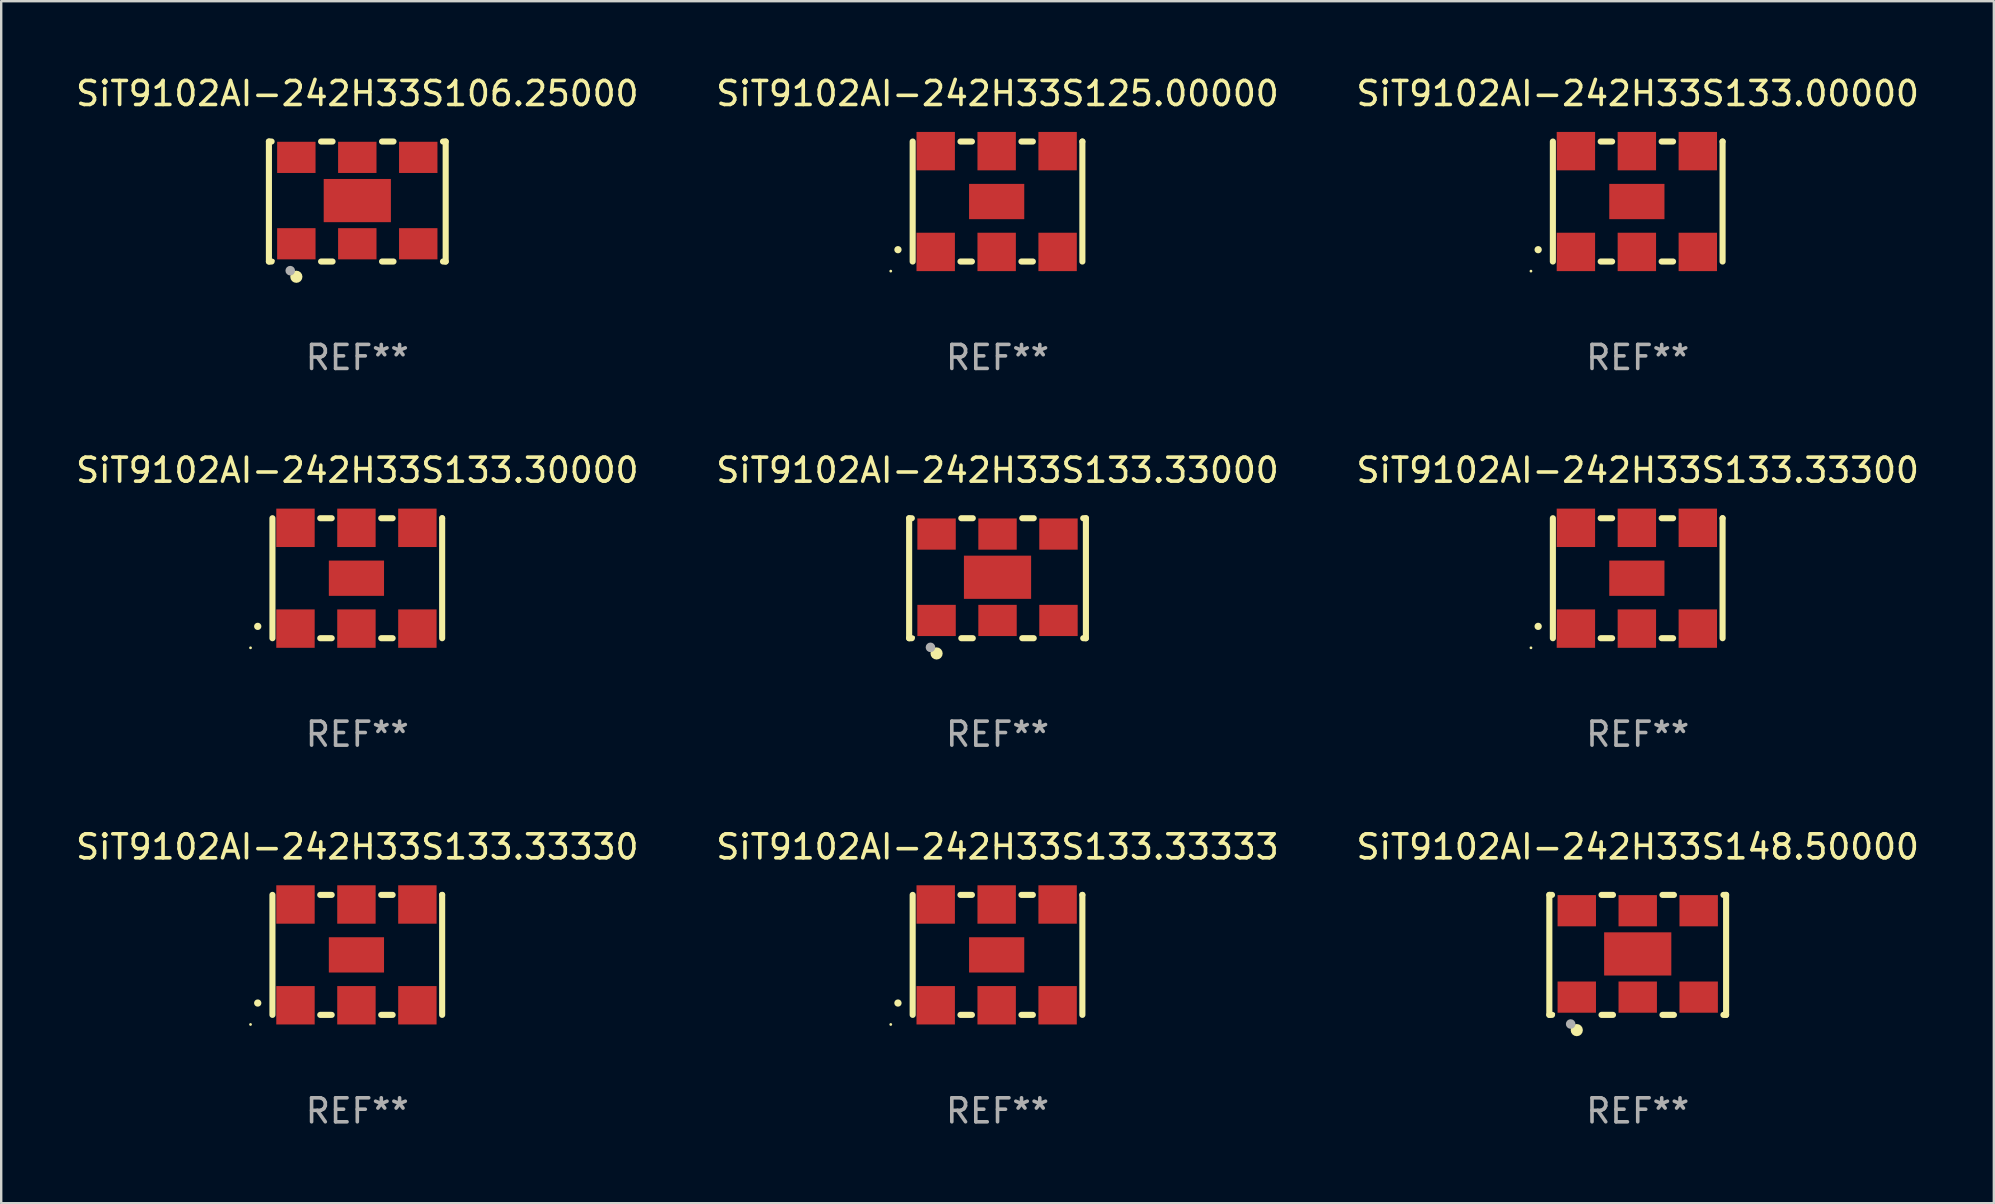
<source format=kicad_pcb>
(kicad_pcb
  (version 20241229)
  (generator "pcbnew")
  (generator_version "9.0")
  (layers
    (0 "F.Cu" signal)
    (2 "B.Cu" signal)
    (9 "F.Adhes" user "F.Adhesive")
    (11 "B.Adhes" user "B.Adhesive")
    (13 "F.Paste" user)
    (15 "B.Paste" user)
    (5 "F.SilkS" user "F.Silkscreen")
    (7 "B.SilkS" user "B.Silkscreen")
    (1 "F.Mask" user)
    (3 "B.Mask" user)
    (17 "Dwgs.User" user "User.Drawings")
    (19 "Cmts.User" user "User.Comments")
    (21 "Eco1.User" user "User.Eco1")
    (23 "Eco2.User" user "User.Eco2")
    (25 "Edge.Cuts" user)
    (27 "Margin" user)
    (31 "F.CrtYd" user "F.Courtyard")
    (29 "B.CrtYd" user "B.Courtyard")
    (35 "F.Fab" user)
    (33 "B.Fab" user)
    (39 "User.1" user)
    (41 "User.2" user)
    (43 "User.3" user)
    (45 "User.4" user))
  (footprint "SiT9102AI-242H33S133.33333"
    (layer "F.Cu")
    (at 38.518 36.741)
    (property "Reference" "SiT9102AI-242H33S133.33333" (at 0 -4.5 0) (layer "F.SilkS") (effects (font (size 1 1) (thickness 0.15))))
    (attr through_hole)
    (fp_line (start -3.536 -2.5) (end -3.536 2.5) (stroke (width 0.254) (type solid)) (layer "F.SilkS"))
    (fp_line (start -1.544 2.5) (end -1.067 2.5) (stroke (width 0.254) (type solid)) (layer "F.SilkS"))
    (fp_line (start -1.067 -2.5) (end -1.544 -2.5) (stroke (width 0.254) (type solid)) (layer "F.SilkS"))
    (fp_line (start 0.996 2.5) (end 1.473 2.5) (stroke (width 0.254) (type solid)) (layer "F.SilkS"))
    (fp_line (start 1.473 -2.5) (end 0.996 -2.5) (stroke (width 0.254) (type solid)) (layer "F.SilkS"))
    (fp_line (start 3.536 -2.5) (end 3.536 -2.5) (stroke (width 0.254) (type solid)) (layer "F.SilkS"))
    (fp_line (start 3.536 2.5) (end 3.536 -2.5) (stroke (width 0.254) (type solid)) (layer "F.SilkS"))
    (fp_arc (start -4.150432 2.006604) (mid -4.149162 2.006599) (end -4.147892 2.006604) (stroke (width 0.3) (type solid)) (layer "F.SilkS"))
    (fp_circle (center -4.449 2.9) (end -4.419 2.9) (stroke (width 0.06) (type solid)) (fill no) (layer "F.SilkS"))
    (fp_text user "REF**" (at 0 6.5 0) (layer "F.Fab") (effects (font (size 1 1) (thickness 0.15))))
    (pad "1" smd rect (at -2.576 2.1) (size 1.6 1.6) (layers "F.Cu" "F.Mask" "F.Paste"))
    (pad "2" smd rect (at -0.036 2.1) (size 1.6 1.6) (layers "F.Cu" "F.Mask" "F.Paste"))
    (pad "3" smd rect (at 2.504 2.1) (size 1.6 1.6) (layers "F.Cu" "F.Mask" "F.Paste"))
    (pad "4" smd rect (at 2.504 -2.1) (size 1.6 1.6) (layers "F.Cu" "F.Mask" "F.Paste"))
    (pad "5" smd rect (at -0.036 -2.1) (size 1.6 1.6) (layers "F.Cu" "F.Mask" "F.Paste"))
    (pad "6" smd rect (at -2.576 -2.1) (size 1.6 1.6) (layers "F.Cu" "F.Mask" "F.Paste"))
    (pad "7" smd rect (at -0.036 0) (size 2.3 1.47) (layers "F.Cu" "F.Mask" "F.Paste")))
  (footprint "SiT9102AI-242H33S133.33330"
    (layer "F.Cu")
    (at 11.839 36.741)
    (property "Reference" "SiT9102AI-242H33S133.33330" (at 0 -4.5 0) (layer "F.SilkS") (effects (font (size 1 1) (thickness 0.15))))
    (attr through_hole)
    (fp_line (start -3.536 -2.5) (end -3.536 2.5) (stroke (width 0.254) (type solid)) (layer "F.SilkS"))
    (fp_line (start -1.544 2.5) (end -1.067 2.5) (stroke (width 0.254) (type solid)) (layer "F.SilkS"))
    (fp_line (start -1.067 -2.5) (end -1.544 -2.5) (stroke (width 0.254) (type solid)) (layer "F.SilkS"))
    (fp_line (start 0.996 2.5) (end 1.473 2.5) (stroke (width 0.254) (type solid)) (layer "F.SilkS"))
    (fp_line (start 1.473 -2.5) (end 0.996 -2.5) (stroke (width 0.254) (type solid)) (layer "F.SilkS"))
    (fp_line (start 3.536 -2.5) (end 3.536 -2.5) (stroke (width 0.254) (type solid)) (layer "F.SilkS"))
    (fp_line (start 3.536 2.5) (end 3.536 -2.5) (stroke (width 0.254) (type solid)) (layer "F.SilkS"))
    (fp_arc (start -4.150432 2.006604) (mid -4.149162 2.006599) (end -4.147892 2.006604) (stroke (width 0.3) (type solid)) (layer "F.SilkS"))
    (fp_circle (center -4.449 2.9) (end -4.419 2.9) (stroke (width 0.06) (type solid)) (fill no) (layer "F.SilkS"))
    (fp_text user "REF**" (at 0 6.5 0) (layer "F.Fab") (effects (font (size 1 1) (thickness 0.15))))
    (pad "1" smd rect (at -2.576 2.1) (size 1.6 1.6) (layers "F.Cu" "F.Mask" "F.Paste"))
    (pad "2" smd rect (at -0.036 2.1) (size 1.6 1.6) (layers "F.Cu" "F.Mask" "F.Paste"))
    (pad "3" smd rect (at 2.504 2.1) (size 1.6 1.6) (layers "F.Cu" "F.Mask" "F.Paste"))
    (pad "4" smd rect (at 2.504 -2.1) (size 1.6 1.6) (layers "F.Cu" "F.Mask" "F.Paste"))
    (pad "5" smd rect (at -0.036 -2.1) (size 1.6 1.6) (layers "F.Cu" "F.Mask" "F.Paste"))
    (pad "6" smd rect (at -2.576 -2.1) (size 1.6 1.6) (layers "F.Cu" "F.Mask" "F.Paste"))
    (pad "7" smd rect (at -0.036 0) (size 2.3 1.47) (layers "F.Cu" "F.Mask" "F.Paste")))
  (footprint "SiT9102AI-242H33S148.50000"
    (layer "F.Cu")
    (at 65.196 36.741)
    (property "Reference" "SiT9102AI-242H33S148.50000" (at 0 -4.5 0) (layer "F.SilkS") (effects (font (size 1 1) (thickness 0.15))))
    (attr through_hole)
    (fp_line (start -3.683 -2.5) (end -3.571 -2.5) (stroke (width 0.254) (type solid)) (layer "F.SilkS"))
    (fp_line (start -3.683 2.5) (end -3.683 -2.5) (stroke (width 0.254) (type solid)) (layer "F.SilkS"))
    (fp_line (start -3.683 2.5) (end -3.571 2.5) (stroke (width 0.254) (type solid)) (layer "F.SilkS"))
    (fp_line (start -1.509 -2.5) (end -1.031 -2.5) (stroke (width 0.254) (type solid)) (layer "F.SilkS"))
    (fp_line (start -1.509 2.5) (end -1.031 2.5) (stroke (width 0.254) (type solid)) (layer "F.SilkS"))
    (fp_line (start 1.031 -2.5) (end 1.509 -2.5) (stroke (width 0.254) (type solid)) (layer "F.SilkS"))
    (fp_line (start 1.031 2.5) (end 1.509 2.5) (stroke (width 0.254) (type solid)) (layer "F.SilkS"))
    (fp_line (start 3.571 -2.5) (end 3.683 -2.5) (stroke (width 0.254) (type solid)) (layer "F.SilkS"))
    (fp_line (start 3.571 2.5) (end 3.683 2.5) (stroke (width 0.254) (type solid)) (layer "F.SilkS"))
    (fp_line (start 3.683 2.5) (end 3.683 -2.5) (stroke (width 0.254) (type solid)) (layer "F.SilkS"))
    (fp_circle (center -3.5 2.46) (end -3.47 2.46) (stroke (width 0.06) (type solid)) (fill no) (layer "F.SilkS"))
    (fp_circle (center -2.54 3.135) (end -2.413 3.135) (stroke (width 0.254) (type solid)) (fill no) (layer "F.SilkS"))
    (fp_circle (center -2.794 2.881) (end -2.694 2.881) (stroke (width 0.2) (type solid)) (fill no) (layer "F.Fab"))
    (fp_text user "REF**" (at 0 6.5 0) (layer "F.Fab") (effects (font (size 1 1) (thickness 0.15))))
    (pad "1" smd rect (at -2.54 1.76) (size 1.6 1.3) (layers "F.Cu" "F.Mask" "F.Paste"))
    (pad "2" smd rect (at 0 1.76) (size 1.6 1.3) (layers "F.Cu" "F.Mask" "F.Paste"))
    (pad "3" smd rect (at 2.54 1.76) (size 1.6 1.3) (layers "F.Cu" "F.Mask" "F.Paste"))
    (pad "4" smd rect (at 2.54 -1.84) (size 1.6 1.3) (layers "F.Cu" "F.Mask" "F.Paste"))
    (pad "5" smd rect (at 0 -1.84) (size 1.6 1.3) (layers "F.Cu" "F.Mask" "F.Paste"))
    (pad "6" smd rect (at -2.54 -1.84) (size 1.6 1.3) (layers "F.Cu" "F.Mask" "F.Paste"))
    (pad "7" smd rect (at 0 -0.04) (size 2.8 1.8) (layers "F.Cu" "F.Mask" "F.Paste")))
  (footprint "SiT9102AI-242H33S106.25000"
    (layer "F.Cu")
    (at 11.839 5.348)
    (property "Reference" "SiT9102AI-242H33S106.25000" (at 0 -4.5 0) (layer "F.SilkS") (effects (font (size 1 1) (thickness 0.15))))
    (attr through_hole)
    (fp_line (start -3.683 -2.5) (end -3.571 -2.5) (stroke (width 0.254) (type solid)) (layer "F.SilkS"))
    (fp_line (start -3.683 2.5) (end -3.683 -2.5) (stroke (width 0.254) (type solid)) (layer "F.SilkS"))
    (fp_line (start -3.683 2.5) (end -3.571 2.5) (stroke (width 0.254) (type solid)) (layer "F.SilkS"))
    (fp_line (start -1.509 -2.5) (end -1.031 -2.5) (stroke (width 0.254) (type solid)) (layer "F.SilkS"))
    (fp_line (start -1.509 2.5) (end -1.031 2.5) (stroke (width 0.254) (type solid)) (layer "F.SilkS"))
    (fp_line (start 1.031 -2.5) (end 1.509 -2.5) (stroke (width 0.254) (type solid)) (layer "F.SilkS"))
    (fp_line (start 1.031 2.5) (end 1.509 2.5) (stroke (width 0.254) (type solid)) (layer "F.SilkS"))
    (fp_line (start 3.571 -2.5) (end 3.683 -2.5) (stroke (width 0.254) (type solid)) (layer "F.SilkS"))
    (fp_line (start 3.571 2.5) (end 3.683 2.5) (stroke (width 0.254) (type solid)) (layer "F.SilkS"))
    (fp_line (start 3.683 2.5) (end 3.683 -2.5) (stroke (width 0.254) (type solid)) (layer "F.SilkS"))
    (fp_circle (center -3.5 2.46) (end -3.47 2.46) (stroke (width 0.06) (type solid)) (fill no) (layer "F.SilkS"))
    (fp_circle (center -2.54 3.135) (end -2.413 3.135) (stroke (width 0.254) (type solid)) (fill no) (layer "F.SilkS"))
    (fp_circle (center -2.794 2.881) (end -2.694 2.881) (stroke (width 0.2) (type solid)) (fill no) (layer "F.Fab"))
    (fp_text user "REF**" (at 0 6.5 0) (layer "F.Fab") (effects (font (size 1 1) (thickness 0.15))))
    (pad "1" smd rect (at -2.54 1.76) (size 1.6 1.3) (layers "F.Cu" "F.Mask" "F.Paste"))
    (pad "2" smd rect (at 0 1.76) (size 1.6 1.3) (layers "F.Cu" "F.Mask" "F.Paste"))
    (pad "3" smd rect (at 2.54 1.76) (size 1.6 1.3) (layers "F.Cu" "F.Mask" "F.Paste"))
    (pad "4" smd rect (at 2.54 -1.84) (size 1.6 1.3) (layers "F.Cu" "F.Mask" "F.Paste"))
    (pad "5" smd rect (at 0 -1.84) (size 1.6 1.3) (layers "F.Cu" "F.Mask" "F.Paste"))
    (pad "6" smd rect (at -2.54 -1.84) (size 1.6 1.3) (layers "F.Cu" "F.Mask" "F.Paste"))
    (pad "7" smd rect (at 0 -0.04) (size 2.8 1.8) (layers "F.Cu" "F.Mask" "F.Paste")))
  (footprint "SiT9102AI-242H33S133.33000"
    (layer "F.Cu")
    (at 38.518 21.045)
    (property "Reference" "SiT9102AI-242H33S133.33000" (at 0 -4.5 0) (layer "F.SilkS") (effects (font (size 1 1) (thickness 0.15))))
    (attr through_hole)
    (fp_line (start -3.683 -2.5) (end -3.571 -2.5) (stroke (width 0.254) (type solid)) (layer "F.SilkS"))
    (fp_line (start -3.683 2.5) (end -3.683 -2.5) (stroke (width 0.254) (type solid)) (layer "F.SilkS"))
    (fp_line (start -3.683 2.5) (end -3.571 2.5) (stroke (width 0.254) (type solid)) (layer "F.SilkS"))
    (fp_line (start -1.509 -2.5) (end -1.031 -2.5) (stroke (width 0.254) (type solid)) (layer "F.SilkS"))
    (fp_line (start -1.509 2.5) (end -1.031 2.5) (stroke (width 0.254) (type solid)) (layer "F.SilkS"))
    (fp_line (start 1.031 -2.5) (end 1.509 -2.5) (stroke (width 0.254) (type solid)) (layer "F.SilkS"))
    (fp_line (start 1.031 2.5) (end 1.509 2.5) (stroke (width 0.254) (type solid)) (layer "F.SilkS"))
    (fp_line (start 3.571 -2.5) (end 3.683 -2.5) (stroke (width 0.254) (type solid)) (layer "F.SilkS"))
    (fp_line (start 3.571 2.5) (end 3.683 2.5) (stroke (width 0.254) (type solid)) (layer "F.SilkS"))
    (fp_line (start 3.683 2.5) (end 3.683 -2.5) (stroke (width 0.254) (type solid)) (layer "F.SilkS"))
    (fp_circle (center -3.5 2.46) (end -3.47 2.46) (stroke (width 0.06) (type solid)) (fill no) (layer "F.SilkS"))
    (fp_circle (center -2.54 3.135) (end -2.413 3.135) (stroke (width 0.254) (type solid)) (fill no) (layer "F.SilkS"))
    (fp_circle (center -2.794 2.881) (end -2.694 2.881) (stroke (width 0.2) (type solid)) (fill no) (layer "F.Fab"))
    (fp_text user "REF**" (at 0 6.5 0) (layer "F.Fab") (effects (font (size 1 1) (thickness 0.15))))
    (pad "1" smd rect (at -2.54 1.76) (size 1.6 1.3) (layers "F.Cu" "F.Mask" "F.Paste"))
    (pad "2" smd rect (at 0 1.76) (size 1.6 1.3) (layers "F.Cu" "F.Mask" "F.Paste"))
    (pad "3" smd rect (at 2.54 1.76) (size 1.6 1.3) (layers "F.Cu" "F.Mask" "F.Paste"))
    (pad "4" smd rect (at 2.54 -1.84) (size 1.6 1.3) (layers "F.Cu" "F.Mask" "F.Paste"))
    (pad "5" smd rect (at 0 -1.84) (size 1.6 1.3) (layers "F.Cu" "F.Mask" "F.Paste"))
    (pad "6" smd rect (at -2.54 -1.84) (size 1.6 1.3) (layers "F.Cu" "F.Mask" "F.Paste"))
    (pad "7" smd rect (at 0 -0.04) (size 2.8 1.8) (layers "F.Cu" "F.Mask" "F.Paste")))
  (footprint "SiT9102AI-242H33S133.00000"
    (layer "F.Cu")
    (at 65.196 5.348)
    (property "Reference" "SiT9102AI-242H33S133.00000" (at 0 -4.5 0) (layer "F.SilkS") (effects (font (size 1 1) (thickness 0.15))))
    (attr through_hole)
    (fp_line (start -3.536 -2.5) (end -3.536 2.5) (stroke (width 0.254) (type solid)) (layer "F.SilkS"))
    (fp_line (start -1.544 2.5) (end -1.067 2.5) (stroke (width 0.254) (type solid)) (layer "F.SilkS"))
    (fp_line (start -1.067 -2.5) (end -1.544 -2.5) (stroke (width 0.254) (type solid)) (layer "F.SilkS"))
    (fp_line (start 0.996 2.5) (end 1.473 2.5) (stroke (width 0.254) (type solid)) (layer "F.SilkS"))
    (fp_line (start 1.473 -2.5) (end 0.996 -2.5) (stroke (width 0.254) (type solid)) (layer "F.SilkS"))
    (fp_line (start 3.536 -2.5) (end 3.536 -2.5) (stroke (width 0.254) (type solid)) (layer "F.SilkS"))
    (fp_line (start 3.536 2.5) (end 3.536 -2.5) (stroke (width 0.254) (type solid)) (layer "F.SilkS"))
    (fp_arc (start -4.150432 2.006604) (mid -4.149162 2.006599) (end -4.147892 2.006604) (stroke (width 0.3) (type solid)) (layer "F.SilkS"))
    (fp_circle (center -4.449 2.9) (end -4.419 2.9) (stroke (width 0.06) (type solid)) (fill no) (layer "F.SilkS"))
    (fp_text user "REF**" (at 0 6.5 0) (layer "F.Fab") (effects (font (size 1 1) (thickness 0.15))))
    (pad "1" smd rect (at -2.576 2.1) (size 1.6 1.6) (layers "F.Cu" "F.Mask" "F.Paste"))
    (pad "2" smd rect (at -0.036 2.1) (size 1.6 1.6) (layers "F.Cu" "F.Mask" "F.Paste"))
    (pad "3" smd rect (at 2.504 2.1) (size 1.6 1.6) (layers "F.Cu" "F.Mask" "F.Paste"))
    (pad "4" smd rect (at 2.504 -2.1) (size 1.6 1.6) (layers "F.Cu" "F.Mask" "F.Paste"))
    (pad "5" smd rect (at -0.036 -2.1) (size 1.6 1.6) (layers "F.Cu" "F.Mask" "F.Paste"))
    (pad "6" smd rect (at -2.576 -2.1) (size 1.6 1.6) (layers "F.Cu" "F.Mask" "F.Paste"))
    (pad "7" smd rect (at -0.036 0) (size 2.3 1.47) (layers "F.Cu" "F.Mask" "F.Paste")))
  (footprint "SiT9102AI-242H33S133.33300"
    (layer "F.Cu")
    (at 65.196 21.045)
    (property "Reference" "SiT9102AI-242H33S133.33300" (at 0 -4.5 0) (layer "F.SilkS") (effects (font (size 1 1) (thickness 0.15))))
    (attr through_hole)
    (fp_line (start -3.536 -2.5) (end -3.536 2.5) (stroke (width 0.254) (type solid)) (layer "F.SilkS"))
    (fp_line (start -1.544 2.5) (end -1.067 2.5) (stroke (width 0.254) (type solid)) (layer "F.SilkS"))
    (fp_line (start -1.067 -2.5) (end -1.544 -2.5) (stroke (width 0.254) (type solid)) (layer "F.SilkS"))
    (fp_line (start 0.996 2.5) (end 1.473 2.5) (stroke (width 0.254) (type solid)) (layer "F.SilkS"))
    (fp_line (start 1.473 -2.5) (end 0.996 -2.5) (stroke (width 0.254) (type solid)) (layer "F.SilkS"))
    (fp_line (start 3.536 -2.5) (end 3.536 -2.5) (stroke (width 0.254) (type solid)) (layer "F.SilkS"))
    (fp_line (start 3.536 2.5) (end 3.536 -2.5) (stroke (width 0.254) (type solid)) (layer "F.SilkS"))
    (fp_arc (start -4.150432 2.006604) (mid -4.149162 2.006599) (end -4.147892 2.006604) (stroke (width 0.3) (type solid)) (layer "F.SilkS"))
    (fp_circle (center -4.449 2.9) (end -4.419 2.9) (stroke (width 0.06) (type solid)) (fill no) (layer "F.SilkS"))
    (fp_text user "REF**" (at 0 6.5 0) (layer "F.Fab") (effects (font (size 1 1) (thickness 0.15))))
    (pad "1" smd rect (at -2.576 2.1) (size 1.6 1.6) (layers "F.Cu" "F.Mask" "F.Paste"))
    (pad "2" smd rect (at -0.036 2.1) (size 1.6 1.6) (layers "F.Cu" "F.Mask" "F.Paste"))
    (pad "3" smd rect (at 2.504 2.1) (size 1.6 1.6) (layers "F.Cu" "F.Mask" "F.Paste"))
    (pad "4" smd rect (at 2.504 -2.1) (size 1.6 1.6) (layers "F.Cu" "F.Mask" "F.Paste"))
    (pad "5" smd rect (at -0.036 -2.1) (size 1.6 1.6) (layers "F.Cu" "F.Mask" "F.Paste"))
    (pad "6" smd rect (at -2.576 -2.1) (size 1.6 1.6) (layers "F.Cu" "F.Mask" "F.Paste"))
    (pad "7" smd rect (at -0.036 0) (size 2.3 1.47) (layers "F.Cu" "F.Mask" "F.Paste")))
  (footprint "SiT9102AI-242H33S133.30000"
    (layer "F.Cu")
    (at 11.839 21.045)
    (property "Reference" "SiT9102AI-242H33S133.30000" (at 0 -4.5 0) (layer "F.SilkS") (effects (font (size 1 1) (thickness 0.15))))
    (attr through_hole)
    (fp_line (start -3.536 -2.5) (end -3.536 2.5) (stroke (width 0.254) (type solid)) (layer "F.SilkS"))
    (fp_line (start -1.544 2.5) (end -1.067 2.5) (stroke (width 0.254) (type solid)) (layer "F.SilkS"))
    (fp_line (start -1.067 -2.5) (end -1.544 -2.5) (stroke (width 0.254) (type solid)) (layer "F.SilkS"))
    (fp_line (start 0.996 2.5) (end 1.473 2.5) (stroke (width 0.254) (type solid)) (layer "F.SilkS"))
    (fp_line (start 1.473 -2.5) (end 0.996 -2.5) (stroke (width 0.254) (type solid)) (layer "F.SilkS"))
    (fp_line (start 3.536 -2.5) (end 3.536 -2.5) (stroke (width 0.254) (type solid)) (layer "F.SilkS"))
    (fp_line (start 3.536 2.5) (end 3.536 -2.5) (stroke (width 0.254) (type solid)) (layer "F.SilkS"))
    (fp_arc (start -4.150432 2.006604) (mid -4.149162 2.006599) (end -4.147892 2.006604) (stroke (width 0.3) (type solid)) (layer "F.SilkS"))
    (fp_circle (center -4.449 2.9) (end -4.419 2.9) (stroke (width 0.06) (type solid)) (fill no) (layer "F.SilkS"))
    (fp_text user "REF**" (at 0 6.5 0) (layer "F.Fab") (effects (font (size 1 1) (thickness 0.15))))
    (pad "1" smd rect (at -2.576 2.1) (size 1.6 1.6) (layers "F.Cu" "F.Mask" "F.Paste"))
    (pad "2" smd rect (at -0.036 2.1) (size 1.6 1.6) (layers "F.Cu" "F.Mask" "F.Paste"))
    (pad "3" smd rect (at 2.504 2.1) (size 1.6 1.6) (layers "F.Cu" "F.Mask" "F.Paste"))
    (pad "4" smd rect (at 2.504 -2.1) (size 1.6 1.6) (layers "F.Cu" "F.Mask" "F.Paste"))
    (pad "5" smd rect (at -0.036 -2.1) (size 1.6 1.6) (layers "F.Cu" "F.Mask" "F.Paste"))
    (pad "6" smd rect (at -2.576 -2.1) (size 1.6 1.6) (layers "F.Cu" "F.Mask" "F.Paste"))
    (pad "7" smd rect (at -0.036 0) (size 2.3 1.47) (layers "F.Cu" "F.Mask" "F.Paste")))
  (footprint "SiT9102AI-242H33S125.00000"
    (layer "F.Cu")
    (at 38.518 5.348)
    (property "Reference" "SiT9102AI-242H33S125.00000" (at 0 -4.5 0) (layer "F.SilkS") (effects (font (size 1 1) (thickness 0.15))))
    (attr through_hole)
    (fp_line (start -3.536 -2.5) (end -3.536 2.5) (stroke (width 0.254) (type solid)) (layer "F.SilkS"))
    (fp_line (start -1.544 2.5) (end -1.067 2.5) (stroke (width 0.254) (type solid)) (layer "F.SilkS"))
    (fp_line (start -1.067 -2.5) (end -1.544 -2.5) (stroke (width 0.254) (type solid)) (layer "F.SilkS"))
    (fp_line (start 0.996 2.5) (end 1.473 2.5) (stroke (width 0.254) (type solid)) (layer "F.SilkS"))
    (fp_line (start 1.473 -2.5) (end 0.996 -2.5) (stroke (width 0.254) (type solid)) (layer "F.SilkS"))
    (fp_line (start 3.536 -2.5) (end 3.536 -2.5) (stroke (width 0.254) (type solid)) (layer "F.SilkS"))
    (fp_line (start 3.536 2.5) (end 3.536 -2.5) (stroke (width 0.254) (type solid)) (layer "F.SilkS"))
    (fp_arc (start -4.150432 2.006604) (mid -4.149162 2.006599) (end -4.147892 2.006604) (stroke (width 0.3) (type solid)) (layer "F.SilkS"))
    (fp_circle (center -4.449 2.9) (end -4.419 2.9) (stroke (width 0.06) (type solid)) (fill no) (layer "F.SilkS"))
    (fp_text user "REF**" (at 0 6.5 0) (layer "F.Fab") (effects (font (size 1 1) (thickness 0.15))))
    (pad "1" smd rect (at -2.576 2.1) (size 1.6 1.6) (layers "F.Cu" "F.Mask" "F.Paste"))
    (pad "2" smd rect (at -0.036 2.1) (size 1.6 1.6) (layers "F.Cu" "F.Mask" "F.Paste"))
    (pad "3" smd rect (at 2.504 2.1) (size 1.6 1.6) (layers "F.Cu" "F.Mask" "F.Paste"))
    (pad "4" smd rect (at 2.504 -2.1) (size 1.6 1.6) (layers "F.Cu" "F.Mask" "F.Paste"))
    (pad "5" smd rect (at -0.036 -2.1) (size 1.6 1.6) (layers "F.Cu" "F.Mask" "F.Paste"))
    (pad "6" smd rect (at -2.576 -2.1) (size 1.6 1.6) (layers "F.Cu" "F.Mask" "F.Paste"))
    (pad "7" smd rect (at -0.036 0) (size 2.3 1.47) (layers "F.Cu" "F.Mask" "F.Paste")))
  (gr_rect
    (start -3 -3)
    (end 80.036 47.09)
    (stroke (width 0.1) (type default))
    (fill no)
    (layer "Edge.Cuts")))
</source>
